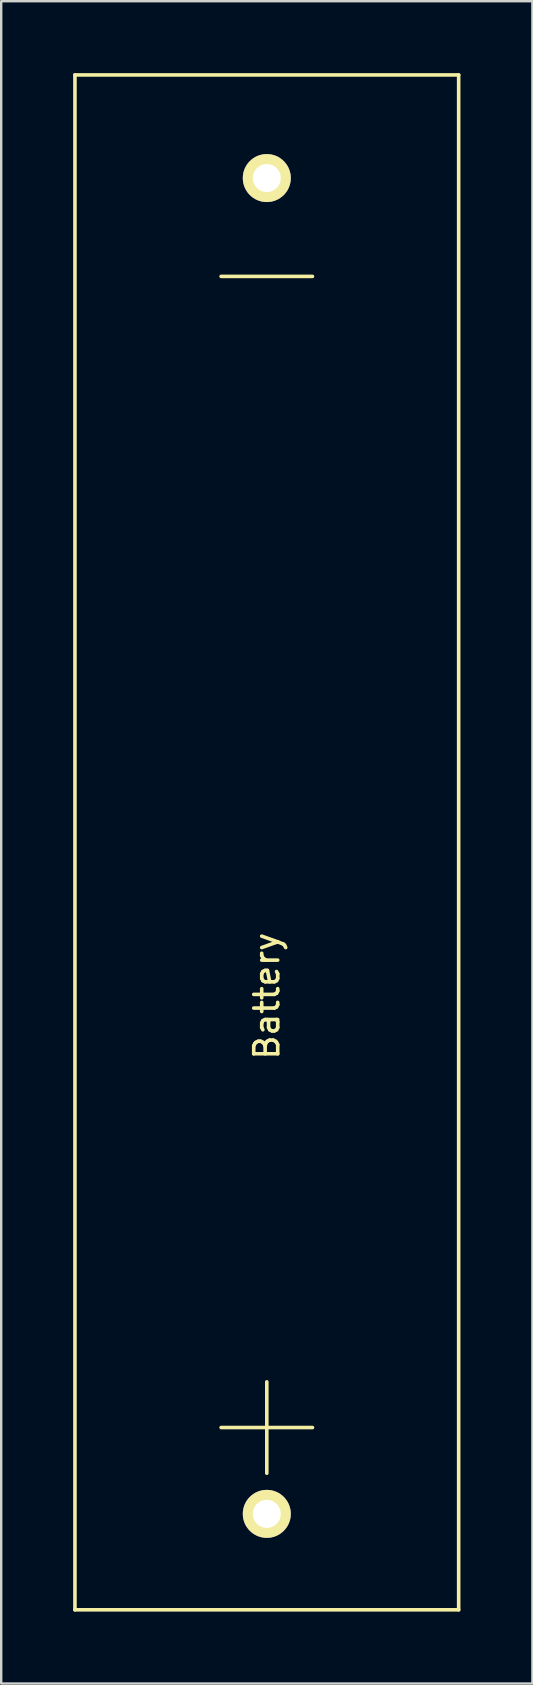
<source format=kicad_pcb>
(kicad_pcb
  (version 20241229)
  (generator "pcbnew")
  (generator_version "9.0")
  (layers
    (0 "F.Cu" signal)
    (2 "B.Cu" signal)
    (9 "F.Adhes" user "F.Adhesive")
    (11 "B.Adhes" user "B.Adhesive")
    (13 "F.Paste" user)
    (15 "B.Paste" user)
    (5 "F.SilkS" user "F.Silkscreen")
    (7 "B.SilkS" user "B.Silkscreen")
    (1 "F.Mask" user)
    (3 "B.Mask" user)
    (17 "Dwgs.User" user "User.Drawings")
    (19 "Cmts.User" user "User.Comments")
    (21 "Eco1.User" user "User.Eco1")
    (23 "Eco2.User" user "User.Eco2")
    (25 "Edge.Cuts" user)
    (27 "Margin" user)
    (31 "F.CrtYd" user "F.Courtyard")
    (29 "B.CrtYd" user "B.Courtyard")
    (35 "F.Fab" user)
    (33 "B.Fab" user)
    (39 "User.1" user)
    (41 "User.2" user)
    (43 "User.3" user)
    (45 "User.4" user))
  (footprint "Battery"
    (layer "F.Cu")
    (at 8.075 60.075)
    (property "Reference" "Battery" (at 0 -21.59 90) (layer "F.SilkS") (effects (font (size 1 1) (thickness 0.15))))
    (attr through_hole)
    (fp_line (start -8 -60) (end 8 -60) (stroke (width 0.15) (type solid)) (layer "F.SilkS"))
    (fp_line (start -8 4) (end -8 -60) (stroke (width 0.15) (type solid)) (layer "F.SilkS"))
    (fp_line (start 8 -60) (end 8 4) (stroke (width 0.15) (type solid)) (layer "F.SilkS"))
    (fp_line (start 8 4) (end -8 4) (stroke (width 0.15) (type solid)) (layer "F.SilkS"))
    (fp_text user "-" (at 0 -52 0) (layer "F.SilkS") (effects (font (size 5 5) (thickness 0.15))))
    (fp_text user "+" (at 0 -4 0) (layer "F.SilkS") (effects (font (size 5 5) (thickness 0.15))))
    (pad "1" thru_hole circle (at 0 0) (size 2 2) (drill 1.17) (layers "*.Cu" "*.Mask" "F.SilkS"))
    (pad "2" thru_hole circle (at 0 -55.7) (size 2 2) (drill 1.17) (layers "*.Cu" "*.Mask" "F.SilkS")))
  (gr_rect
    (start -3 -3)
    (end 19.15 67.15)
    (stroke (width 0.1) (type default))
    (fill no)
    (layer "Edge.Cuts")))
</source>
